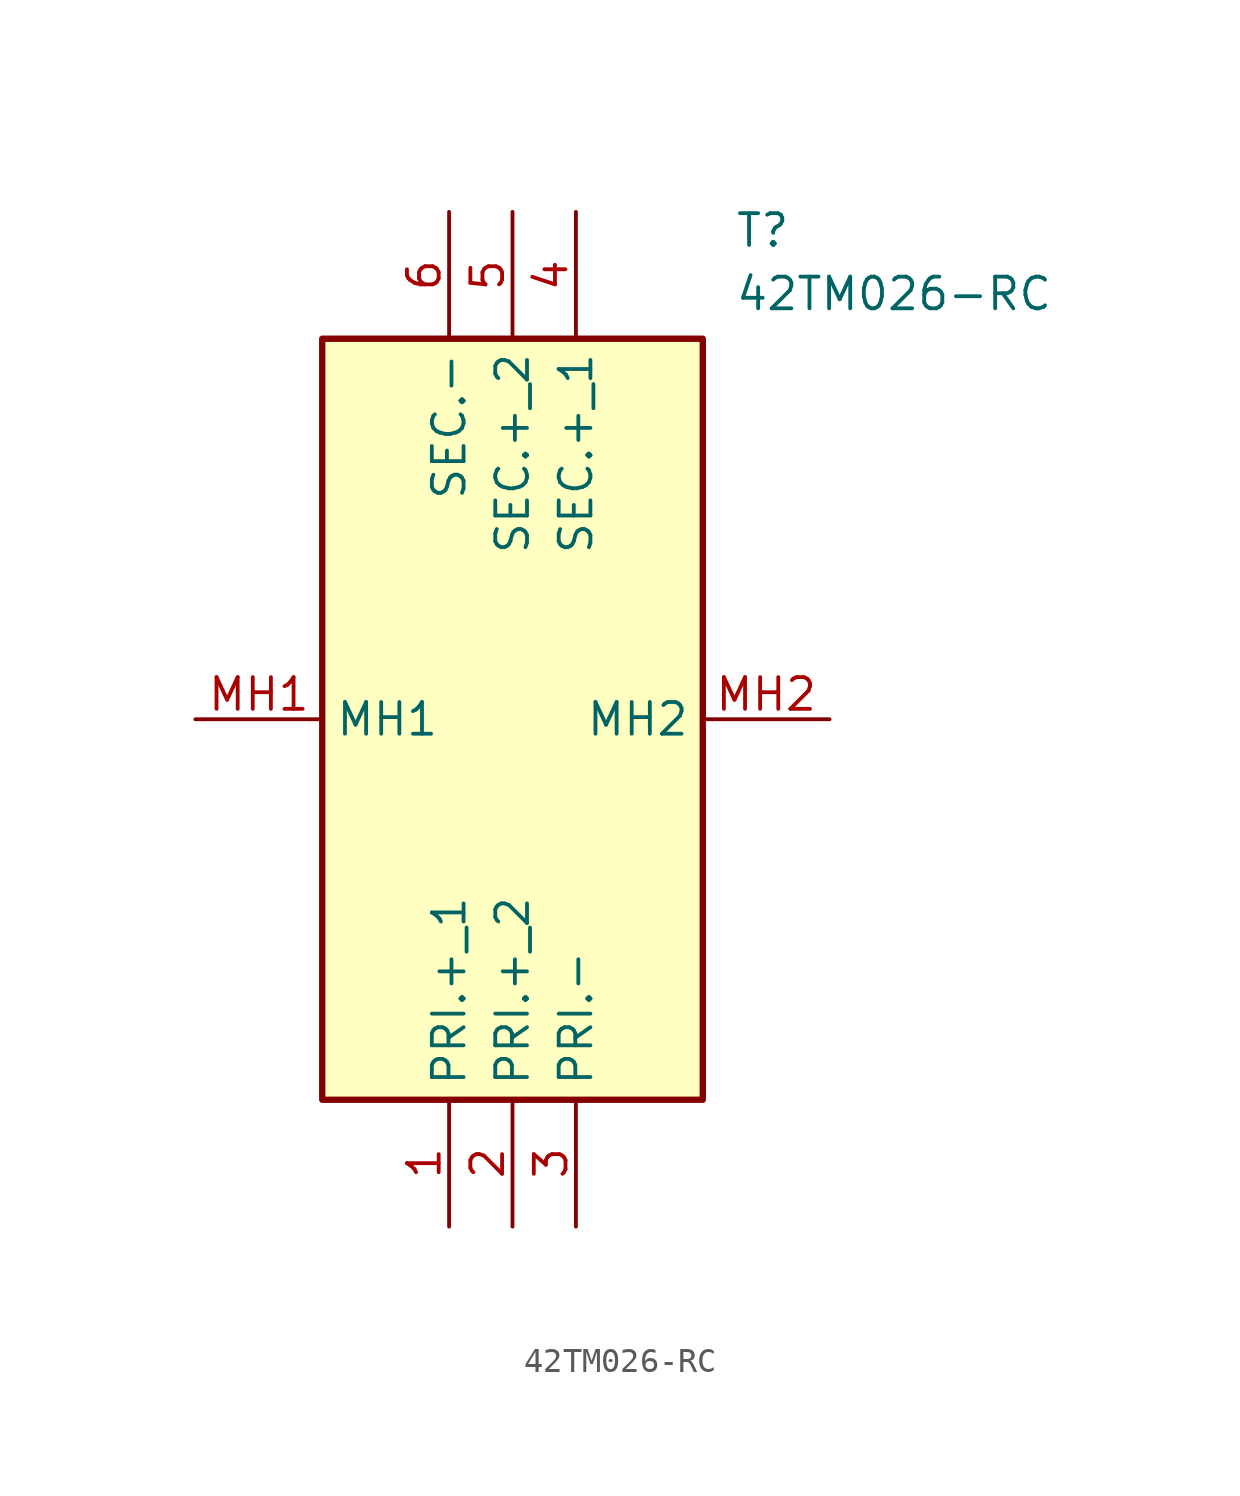
<source format=kicad_sym>
(kicad_symbol_lib
  (version 20211014)
  (generator SamacSys_ECAD_Model)
  (symbol "42TM026-RC"
    (property "Reference" "T"
      (at 21.59 20.32 0)
      (effects (font (size 1.27 1.27)) (justify left top)))
    (property "Value" "42TM026-RC"
      (at 21.59 17.78 0)
      (effects (font (size 1.27 1.27)) (justify left top)))
    (rectangle
      (start 5.08 15.24)
      (end 20.32 -15.24)
      (stroke (width 0.254) (type default))
      (fill (type background)))
    (pin passive line
      (at 10.16 -20.32 90)
      (length 5.08)
      (name "PRI.+_1" (effects (font (size 1.27 1.27))))
      (number "1" (effects (font (size 1.27 1.27)))))
    (pin passive line
      (at 12.7 -20.32 90)
      (length 5.08)
      (name "PRI.+_2" (effects (font (size 1.27 1.27))))
      (number "2" (effects (font (size 1.27 1.27)))))
    (pin passive line
      (at 15.24 -20.32 90)
      (length 5.08)
      (name "PRI.-" (effects (font (size 1.27 1.27))))
      (number "3" (effects (font (size 1.27 1.27)))))
    (pin passive line
      (at 15.24 20.32 270)
      (length 5.08)
      (name "SEC.+_1" (effects (font (size 1.27 1.27))))
      (number "4" (effects (font (size 1.27 1.27)))))
    (pin passive line
      (at 12.7 20.32 270)
      (length 5.08)
      (name "SEC.+_2" (effects (font (size 1.27 1.27))))
      (number "5" (effects (font (size 1.27 1.27)))))
    (pin passive line
      (at 10.16 20.32 270)
      (length 5.08)
      (name "SEC.-" (effects (font (size 1.27 1.27))))
      (number "6" (effects (font (size 1.27 1.27)))))
    (pin passive line
      (at 0 0 0)
      (length 5.08)
      (name "MH1" (effects (font (size 1.27 1.27))))
      (number "MH1" (effects (font (size 1.27 1.27)))))
    (pin passive line
      (at 25.4 0 180)
      (length 5.08)
      (name "MH2" (effects (font (size 1.27 1.27))))
      (number "MH2" (effects (font (size 1.27 1.27)))))))
</source>
